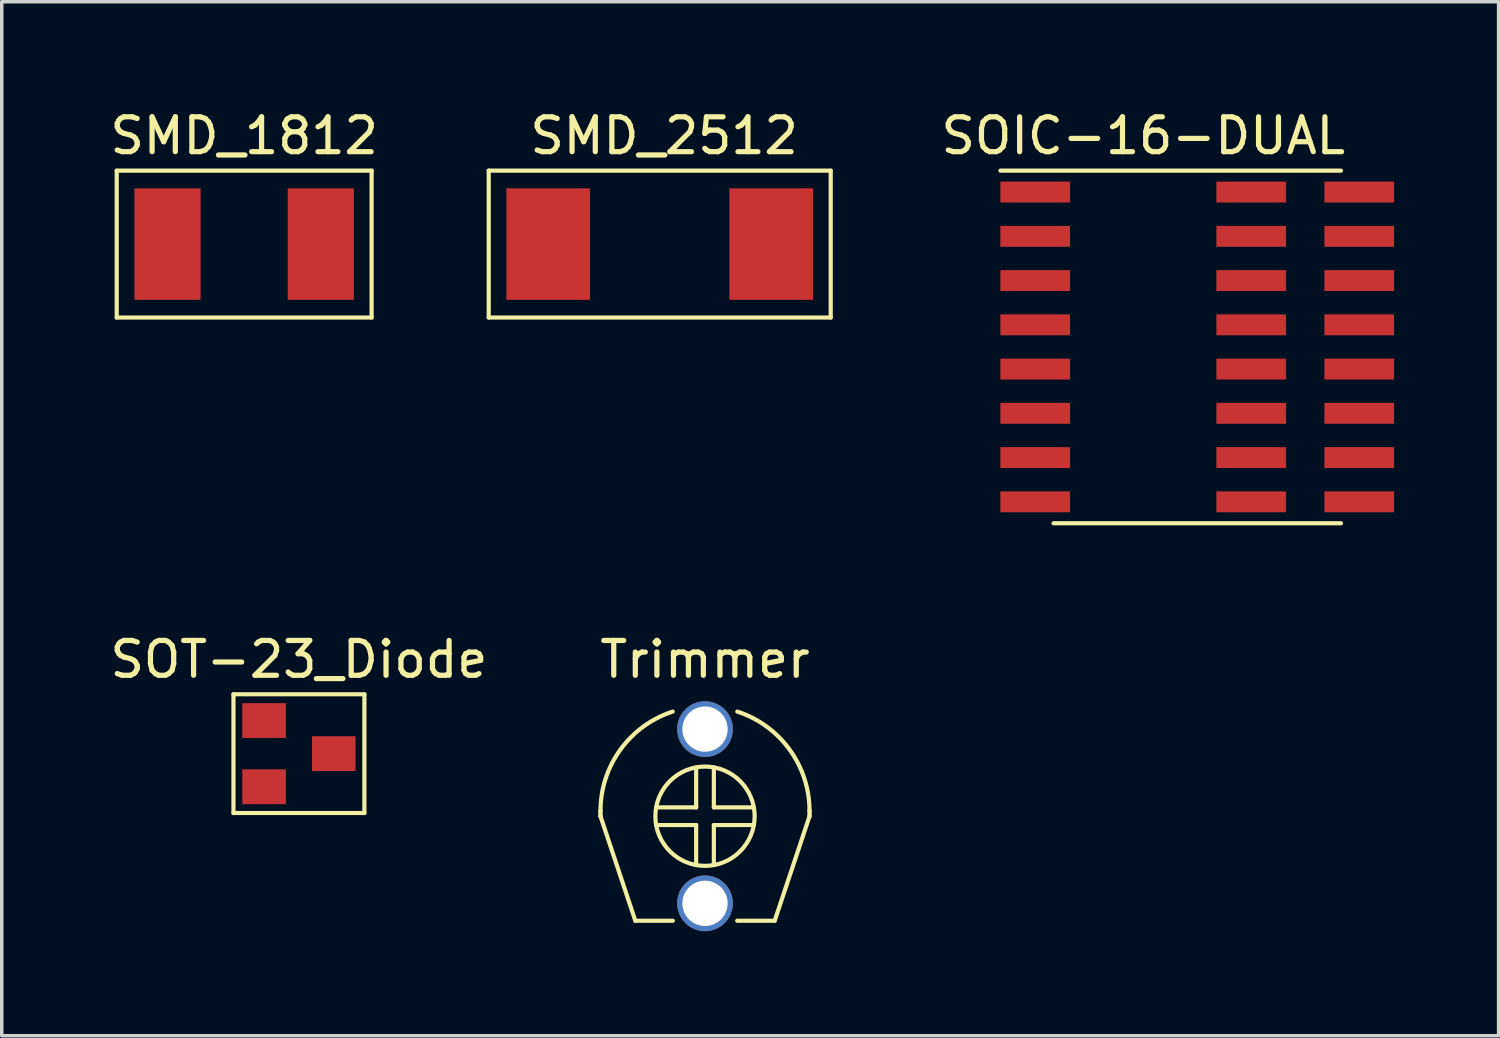
<source format=kicad_pcb>
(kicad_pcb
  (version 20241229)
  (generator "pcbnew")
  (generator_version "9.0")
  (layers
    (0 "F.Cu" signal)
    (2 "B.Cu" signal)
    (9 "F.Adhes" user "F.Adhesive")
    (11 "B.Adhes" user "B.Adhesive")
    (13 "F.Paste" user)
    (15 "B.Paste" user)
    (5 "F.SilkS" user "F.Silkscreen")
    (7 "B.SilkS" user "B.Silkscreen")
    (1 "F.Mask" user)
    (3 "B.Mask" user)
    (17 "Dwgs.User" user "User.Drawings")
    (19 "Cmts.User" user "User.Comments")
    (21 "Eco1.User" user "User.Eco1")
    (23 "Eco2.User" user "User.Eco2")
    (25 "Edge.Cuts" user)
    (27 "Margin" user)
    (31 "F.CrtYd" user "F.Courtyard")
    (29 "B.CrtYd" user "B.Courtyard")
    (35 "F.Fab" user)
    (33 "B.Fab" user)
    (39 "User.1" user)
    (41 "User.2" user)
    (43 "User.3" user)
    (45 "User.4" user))
  (footprint "SOT-23_Diode"
    (layer "F.Cu")
    (at 5.53 18.581)
    (property "Reference" "SOT-23_Diode" (at 0 -2.704 0) (layer "F.SilkS") (effects (font (size 1 1) (thickness 0.15))))
    (attr smd)
    (fp_line (start -1.879 -1.704) (end 1.879 -1.704) (stroke (width 0.12) (type solid)) (layer "F.SilkS"))
    (fp_line (start -1.879 1.704) (end -1.879 -1.704) (stroke (width 0.12) (type solid)) (layer "F.SilkS"))
    (fp_line (start 1.879 -1.704) (end 1.879 1.704) (stroke (width 0.12) (type solid)) (layer "F.SilkS"))
    (fp_line (start 1.879 1.704) (end -1.879 1.704) (stroke (width 0.12) (type solid)) (layer "F.SilkS"))
    (pad "1" smd rect (at 1 0) (size 1.25 1) (layers "F.Cu" "F.Mask" "F.Paste"))
    (pad "2" smd rect (at -1 -0.95) (size 1.25 1) (layers "F.Cu" "F.Mask" "F.Paste"))
    (pad "~" smd rect (at -1 0.95) (size 1.25 1) (layers "F.Cu" "F.Mask" "F.Paste")))
  (footprint "SOIC-16-DUAL"
    (layer "F.Cu")
    (at 29.763 6.908)
    (property "Reference" "SOIC-16-DUAL" (at 0 -6.06 0) (layer "F.SilkS") (effects (font (size 1 1) (thickness 0.15))))
    (attr smd)
    (fp_line (start -4.1 -5.06) (end 5.675 -5.06) (stroke (width 0.12) (type solid)) (layer "F.SilkS"))
    (fp_line (start 5.675 5.06) (end -2.575 5.06) (stroke (width 0.12) (type solid)) (layer "F.SilkS"))
    (pad "1" smd rect (at -3.1 -4.445) (size 2 0.6) (layers "F.Cu" "F.Mask" "F.Paste"))
    (pad "2" smd rect (at -3.1 -3.175) (size 2 0.6) (layers "F.Cu" "F.Mask" "F.Paste"))
    (pad "3" smd rect (at -3.1 -1.905) (size 2 0.6) (layers "F.Cu" "F.Mask" "F.Paste"))
    (pad "4" smd rect (at -3.1 -0.635) (size 2 0.6) (layers "F.Cu" "F.Mask" "F.Paste"))
    (pad "5" smd rect (at -3.1 0.635) (size 2 0.6) (layers "F.Cu" "F.Mask" "F.Paste"))
    (pad "6" smd rect (at -3.1 1.905) (size 2 0.6) (layers "F.Cu" "F.Mask" "F.Paste"))
    (pad "7" smd rect (at -3.1 3.175) (size 2 0.6) (layers "F.Cu" "F.Mask" "F.Paste"))
    (pad "8" smd rect (at -3.1 4.445) (size 2 0.6) (layers "F.Cu" "F.Mask" "F.Paste"))
    (pad "9" smd rect (at 3.1 4.445) (size 2 0.6) (layers "F.Cu" "F.Mask" "F.Paste"))
    (pad "9" smd rect (at 6.2 4.445) (size 2 0.6) (layers "F.Cu" "F.Mask" "F.Paste"))
    (pad "10" smd rect (at 3.1 3.175) (size 2 0.6) (layers "F.Cu" "F.Mask" "F.Paste"))
    (pad "10" smd rect (at 6.2 3.175) (size 2 0.6) (layers "F.Cu" "F.Mask" "F.Paste"))
    (pad "11" smd rect (at 3.1 1.905) (size 2 0.6) (layers "F.Cu" "F.Mask" "F.Paste"))
    (pad "11" smd rect (at 6.2 1.905) (size 2 0.6) (layers "F.Cu" "F.Mask" "F.Paste"))
    (pad "12" smd rect (at 3.1 0.635) (size 2 0.6) (layers "F.Cu" "F.Mask" "F.Paste"))
    (pad "12" smd rect (at 6.2 0.635) (size 2 0.6) (layers "F.Cu" "F.Mask" "F.Paste"))
    (pad "13" smd rect (at 3.1 -0.635) (size 2 0.6) (layers "F.Cu" "F.Mask" "F.Paste"))
    (pad "13" smd rect (at 6.2 -0.635) (size 2 0.6) (layers "F.Cu" "F.Mask" "F.Paste"))
    (pad "14" smd rect (at 3.1 -1.905) (size 2 0.6) (layers "F.Cu" "F.Mask" "F.Paste"))
    (pad "14" smd rect (at 6.2 -1.905) (size 2 0.6) (layers "F.Cu" "F.Mask" "F.Paste"))
    (pad "15" smd rect (at 3.1 -3.175) (size 2 0.6) (layers "F.Cu" "F.Mask" "F.Paste"))
    (pad "15" smd rect (at 6.2 -3.175) (size 2 0.6) (layers "F.Cu" "F.Mask" "F.Paste"))
    (pad "16" smd rect (at 3.1 -4.445) (size 2 0.6) (layers "F.Cu" "F.Mask" "F.Paste"))
    (pad "16" smd rect (at 6.2 -4.445) (size 2 0.6) (layers "F.Cu" "F.Mask" "F.Paste")))
  (footprint "SMD_1812"
    (layer "F.Cu")
    (at 3.958 3.956)
    (property "Reference" "SMD_1812" (at 0 -3.108 0) (layer "F.SilkS") (effects (font (size 1 1) (thickness 0.15))))
    (attr smd)
    (fp_line (start -3.658 -2.108) (end 3.658 -2.108) (stroke (width 0.12) (type solid)) (layer "F.SilkS"))
    (fp_line (start -3.658 2.108) (end -3.658 -2.108) (stroke (width 0.12) (type solid)) (layer "F.SilkS"))
    (fp_line (start 3.658 -2.108) (end 3.658 2.108) (stroke (width 0.12) (type solid)) (layer "F.SilkS"))
    (fp_line (start 3.658 2.108) (end -3.658 2.108) (stroke (width 0.12) (type solid)) (layer "F.SilkS"))
    (pad "1" smd rect (at -2.2 0) (size 1.9 3.2) (layers "F.Cu" "F.Mask" "F.Paste"))
    (pad "2" smd rect (at 2.2 0) (size 1.9 3.2) (layers "F.Cu" "F.Mask" "F.Paste")))
  (footprint "SMD_2512"
    (layer "F.Cu")
    (at 15.885 3.956)
    (property "Reference" "SMD_2512" (at 0.127 -3.108 0) (layer "F.SilkS") (effects (font (size 1 1) (thickness 0.15))))
    (attr smd)
    (fp_line (start -4.908 -2.108) (end 4.908 -2.108) (stroke (width 0.12) (type solid)) (layer "F.SilkS"))
    (fp_line (start -4.908 2.108) (end -4.908 -2.108) (stroke (width 0.12) (type solid)) (layer "F.SilkS"))
    (fp_line (start 4.908 -2.108) (end 4.908 2.108) (stroke (width 0.12) (type solid)) (layer "F.SilkS"))
    (fp_line (start 4.908 2.108) (end -4.908 2.108) (stroke (width 0.12) (type solid)) (layer "F.SilkS"))
    (pad "1" smd rect (at -3.2 0) (size 2.4 3.2) (layers "F.Cu" "F.Mask" "F.Paste"))
    (pad "2" smd rect (at 3.2 0) (size 2.4 3.2) (layers "F.Cu" "F.Mask" "F.Paste")))
  (footprint "Trimmer"
    (layer "F.Cu")
    (at 17.185 17.877)
    (property "Reference" "Trimmer" (at 0 -2 0) (layer "F.SilkS") (effects (font (size 1 1) (thickness 0.15))))
    (attr smd)
    (fp_line (start -3 2.5) (end -3 2.35) (stroke (width 0.127) (type solid)) (layer "F.SilkS"))
    (fp_line (start -3 2.5) (end -2 5.5) (stroke (width 0.12) (type solid)) (layer "F.SilkS"))
    (fp_line (start -2 5.5) (end -0.924 5.5) (stroke (width 0.12) (type solid)) (layer "F.SilkS"))
    (fp_line (start -0.254 2.246) (end -1.397 2.246) (stroke (width 0.12) (type solid)) (layer "F.SilkS"))
    (fp_line (start -0.254 2.246) (end -0.254 1.103) (stroke (width 0.12) (type solid)) (layer "F.SilkS"))
    (fp_line (start -0.254 2.754) (end -1.397 2.754) (stroke (width 0.12) (type solid)) (layer "F.SilkS"))
    (fp_line (start -0.254 2.754) (end -0.254 3.897) (stroke (width 0.12) (type solid)) (layer "F.SilkS"))
    (fp_line (start 0.254 2.246) (end 0.254 1.103) (stroke (width 0.12) (type solid)) (layer "F.SilkS"))
    (fp_line (start 0.254 2.246) (end 1.397 2.246) (stroke (width 0.12) (type solid)) (layer "F.SilkS"))
    (fp_line (start 0.254 2.754) (end 0.254 3.897) (stroke (width 0.12) (type solid)) (layer "F.SilkS"))
    (fp_line (start 1.397 2.754) (end 0.254 2.754) (stroke (width 0.12) (type solid)) (layer "F.SilkS"))
    (fp_line (start 2 5.5) (end 0.924 5.5) (stroke (width 0.12) (type solid)) (layer "F.SilkS"))
    (fp_line (start 3 2.5) (end 2 5.5) (stroke (width 0.12) (type solid)) (layer "F.SilkS"))
    (fp_line (start 3 2.5) (end 3 2.35) (stroke (width 0.127) (type solid)) (layer "F.SilkS"))
    (fp_arc (start -3 2.35) (mid -2.427051 0.586644) (end -0.927051 -0.50317) (stroke (width 0.12) (type solid)) (layer "F.SilkS"))
    (fp_arc (start 0.927051 -0.50317) (mid 2.427051 0.586644) (end 3 2.35) (stroke (width 0.12) (type solid)) (layer "F.SilkS"))
    (fp_circle (center 0 2.5) (end 1.425 2.5) (stroke (width 0.12) (type solid)) (fill no) (layer "F.SilkS"))
    (pad "1" thru_hole circle (at 0 0) (size 1.6 1.6) (drill 1.3) (layers "*.Cu" "*.Mask"))
    (pad "2" thru_hole circle (at 0 5) (size 1.6 1.6) (drill 1.3) (layers "*.Cu" "*.Mask")))
  (gr_rect
    (start -3 -3)
    (end 39.963 26.677)
    (stroke (width 0.1) (type default))
    (fill no)
    (layer "Edge.Cuts")))
</source>
